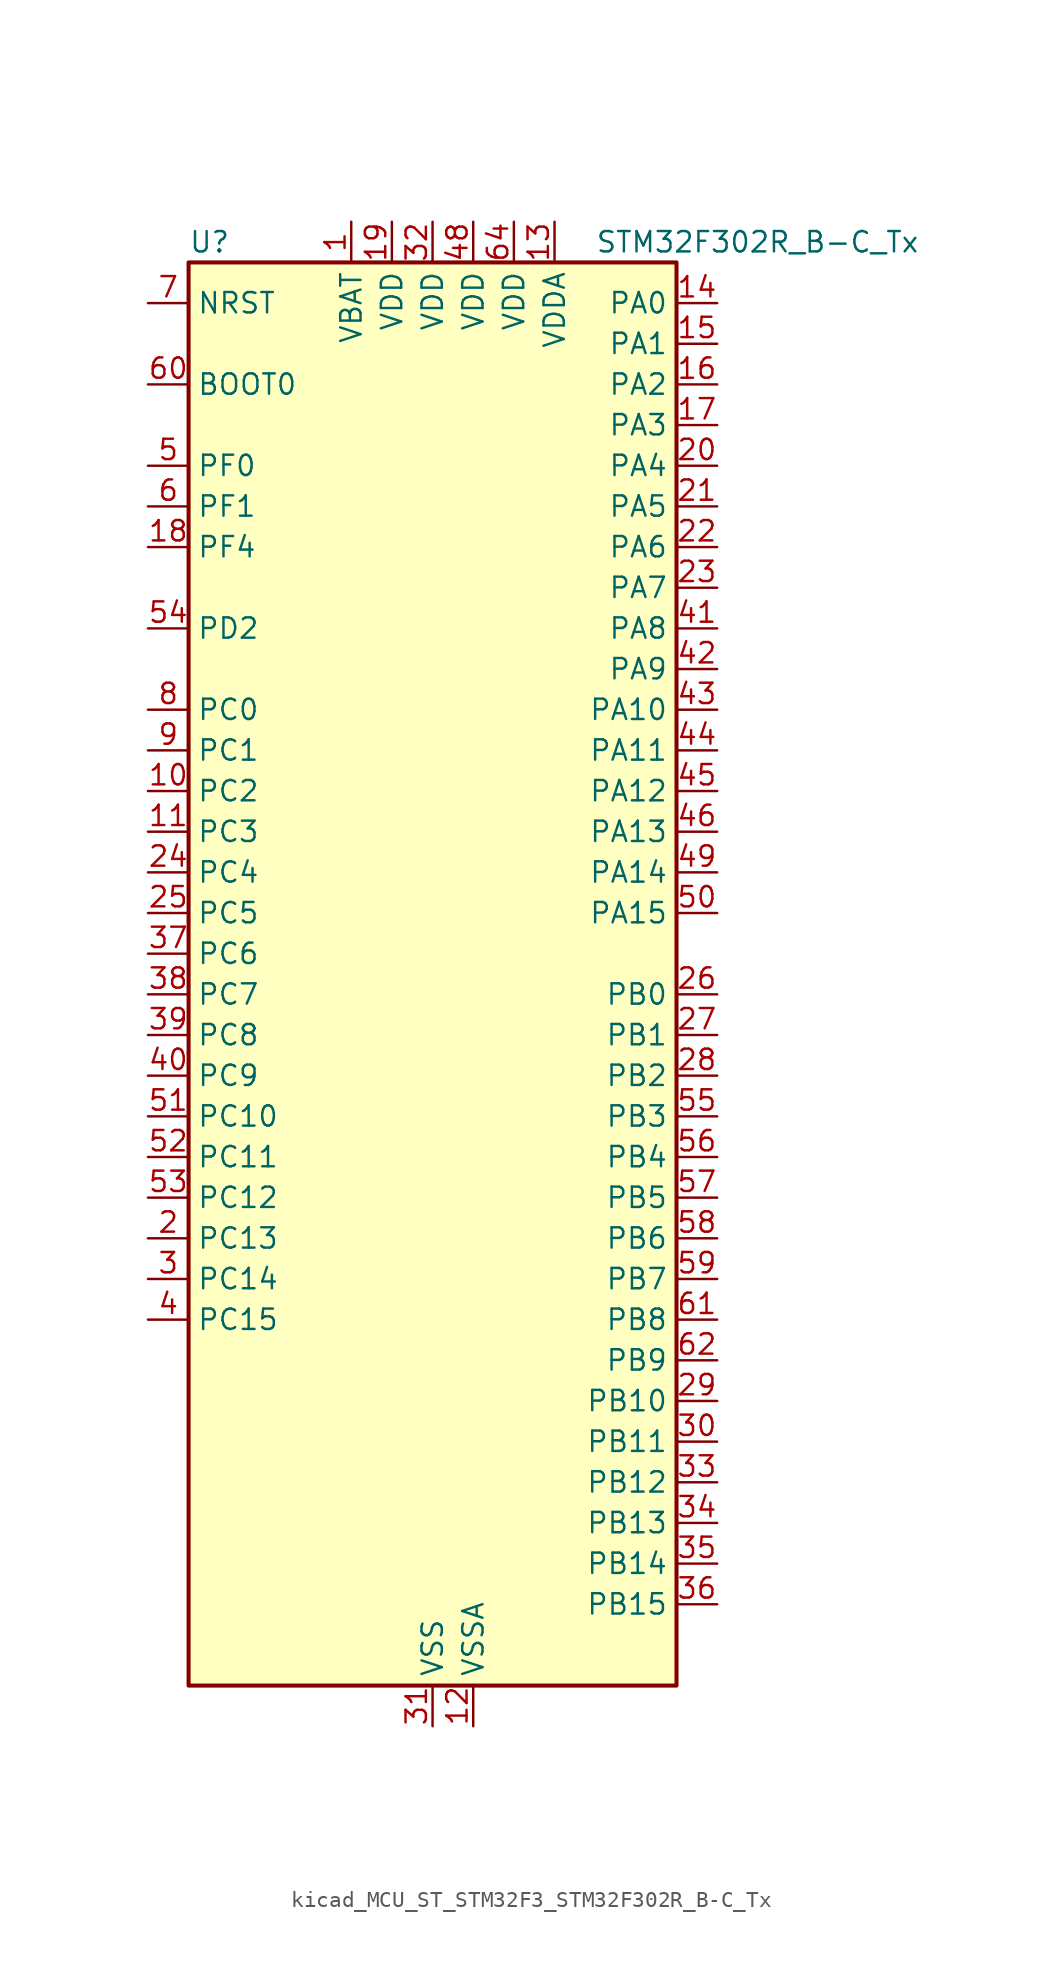
<source format=kicad_sym>
(kicad_symbol_lib
  (version 20220914)
  (generator kicad_symbol_editor)
  (symbol "kicad_MCU_ST_STM32F3_STM32F302R_B-C_Tx"
    (property "Reference" "U"
      (at -15.24 46.99 0)
      (effects (font (size 1.27 1.27)) (justify left)))
    (property "Value" "STM32F302R_B-C_Tx"
      (at 10.16 46.99 0)
      (effects (font (size 1.27 1.27)) (justify left)))
    (property "ki_locked" ""
      (at 0 0 0)
      (effects (font (size 1.27 1.27))))
    (symbol "kicad_MCU_ST_STM32F3_STM32F302R_B-C_Tx_0_1"
      (rectangle (start -15.24 -43.18) (end 15.24 45.72) (stroke (width 0.254) (type default)) (fill (type background))))
    (symbol "kicad_MCU_ST_STM32F3_STM32F302R_B-C_Tx_1_1"
      (pin power_in line (at -5.08 48.26 270) (length 2.54) (name "VBAT" (effects (font (size 1.27 1.27)))) (number "1" (effects (font (size 1.27 1.27)))))
      (pin bidirectional line (at -17.78 12.7 0) (length 2.54) (name "PC2" (effects (font (size 1.27 1.27)))) (number "10" (effects (font (size 1.27 1.27)))) (alternate "ADC1_IN8" bidirectional line) (alternate "ADC2_IN8" bidirectional line))
      (pin bidirectional line (at -17.78 10.16 0) (length 2.54) (name "PC3" (effects (font (size 1.27 1.27)))) (number "11" (effects (font (size 1.27 1.27)))) (alternate "ADC1_IN9" bidirectional line) (alternate "ADC2_IN9" bidirectional line) (alternate "TIM1_BKIN2" bidirectional line))
      (pin power_in line (at 2.54 -45.72 90) (length 2.54) (name "VSSA" (effects (font (size 1.27 1.27)))) (number "12" (effects (font (size 1.27 1.27)))))
      (pin power_in line (at 7.62 48.26 270) (length 2.54) (name "VDDA" (effects (font (size 1.27 1.27)))) (number "13" (effects (font (size 1.27 1.27)))))
      (pin bidirectional line (at 17.78 43.18 180) (length 2.54) (name "PA0" (effects (font (size 1.27 1.27)))) (number "14" (effects (font (size 1.27 1.27)))) (alternate "ADC1_IN1" bidirectional line) (alternate "COMP1_INM" bidirectional line) (alternate "COMP1_OUT" bidirectional line) (alternate "RTC_TAMP2" bidirectional line) (alternate "SYS_WKUP1" bidirectional line) (alternate "TIM2_CH1" bidirectional line) (alternate "TIM2_ETR" bidirectional line) (alternate "TSC_G1_IO1" bidirectional line) (alternate "USART2_CTS" bidirectional line))
      (pin bidirectional line (at 17.78 40.64 180) (length 2.54) (name "PA1" (effects (font (size 1.27 1.27)))) (number "15" (effects (font (size 1.27 1.27)))) (alternate "ADC1_IN2" bidirectional line) (alternate "COMP1_INP" bidirectional line) (alternate "OPAMP1_VINP" bidirectional line) (alternate "OPAMP1_VINP_SEC" bidirectional line) (alternate "RTC_REFIN" bidirectional line) (alternate "TIM15_CH1N" bidirectional line) (alternate "TIM2_CH2" bidirectional line) (alternate "TSC_G1_IO2" bidirectional line) (alternate "USART2_DE" bidirectional line) (alternate "USART2_RTS" bidirectional line))
      (pin bidirectional line (at 17.78 38.1 180) (length 2.54) (name "PA2" (effects (font (size 1.27 1.27)))) (number "16" (effects (font (size 1.27 1.27)))) (alternate "ADC1_IN3" bidirectional line) (alternate "COMP2_INM" bidirectional line) (alternate "COMP2_OUT" bidirectional line) (alternate "OPAMP1_VOUT" bidirectional line) (alternate "TIM15_CH1" bidirectional line) (alternate "TIM2_CH3" bidirectional line) (alternate "TSC_G1_IO3" bidirectional line) (alternate "USART2_TX" bidirectional line))
      (pin bidirectional line (at 17.78 35.56 180) (length 2.54) (name "PA3" (effects (font (size 1.27 1.27)))) (number "17" (effects (font (size 1.27 1.27)))) (alternate "ADC1_IN4" bidirectional line) (alternate "COMP2_INP" bidirectional line) (alternate "OPAMP1_VINM" bidirectional line) (alternate "OPAMP1_VINM_SEC" bidirectional line) (alternate "OPAMP1_VINP" bidirectional line) (alternate "OPAMP1_VINP_SEC" bidirectional line) (alternate "TIM15_CH2" bidirectional line) (alternate "TIM2_CH4" bidirectional line) (alternate "TSC_G1_IO4" bidirectional line) (alternate "USART2_RX" bidirectional line))
      (pin bidirectional line (at -17.78 27.94 0) (length 2.54) (name "PF4" (effects (font (size 1.27 1.27)))) (number "18" (effects (font (size 1.27 1.27)))) (alternate "ADC1_IN5" bidirectional line) (alternate "COMP1_OUT" bidirectional line))
      (pin power_in line (at -2.54 48.26 270) (length 2.54) (name "VDD" (effects (font (size 1.27 1.27)))) (number "19" (effects (font (size 1.27 1.27)))))
      (pin bidirectional line (at -17.78 -15.24 0) (length 2.54) (name "PC13" (effects (font (size 1.27 1.27)))) (number "2" (effects (font (size 1.27 1.27)))) (alternate "RTC_OUT_ALARM" bidirectional line) (alternate "RTC_OUT_CALIB" bidirectional line) (alternate "RTC_TAMP1" bidirectional line) (alternate "RTC_TS" bidirectional line) (alternate "SYS_WKUP2" bidirectional line) (alternate "TIM1_CH1N" bidirectional line))
      (pin bidirectional line (at 17.78 33.02 180) (length 2.54) (name "PA4" (effects (font (size 1.27 1.27)))) (number "20" (effects (font (size 1.27 1.27)))) (alternate "ADC2_IN1" bidirectional line) (alternate "COMP1_INM" bidirectional line) (alternate "COMP2_INM" bidirectional line) (alternate "COMP4_INM" bidirectional line) (alternate "COMP6_INM" bidirectional line) (alternate "DAC_OUT1" bidirectional line) (alternate "I2S3_WS" bidirectional line) (alternate "SPI1_NSS" bidirectional line) (alternate "SPI3_NSS" bidirectional line) (alternate "TIM3_CH2" bidirectional line) (alternate "TSC_G2_IO1" bidirectional line) (alternate "USART2_CK" bidirectional line))
      (pin bidirectional line (at 17.78 30.48 180) (length 2.54) (name "PA5" (effects (font (size 1.27 1.27)))) (number "21" (effects (font (size 1.27 1.27)))) (alternate "ADC2_IN2" bidirectional line) (alternate "COMP1_INM" bidirectional line) (alternate "COMP2_INM" bidirectional line) (alternate "COMP4_INM" bidirectional line) (alternate "COMP6_INM" bidirectional line) (alternate "OPAMP1_VINP" bidirectional line) (alternate "OPAMP1_VINP_SEC" bidirectional line) (alternate "OPAMP2_VINM" bidirectional line) (alternate "OPAMP2_VINM_SEC" bidirectional line) (alternate "SPI1_SCK" bidirectional line) (alternate "TIM2_CH1" bidirectional line) (alternate "TIM2_ETR" bidirectional line) (alternate "TSC_G2_IO2" bidirectional line))
      (pin bidirectional line (at 17.78 27.94 180) (length 2.54) (name "PA6" (effects (font (size 1.27 1.27)))) (number "22" (effects (font (size 1.27 1.27)))) (alternate "ADC2_IN3" bidirectional line) (alternate "COMP1_OUT" bidirectional line) (alternate "OPAMP2_VOUT" bidirectional line) (alternate "SPI1_MISO" bidirectional line) (alternate "TIM16_CH1" bidirectional line) (alternate "TIM1_BKIN" bidirectional line) (alternate "TIM3_CH1" bidirectional line) (alternate "TSC_G2_IO3" bidirectional line))
      (pin bidirectional line (at 17.78 25.4 180) (length 2.54) (name "PA7" (effects (font (size 1.27 1.27)))) (number "23" (effects (font (size 1.27 1.27)))) (alternate "ADC2_IN4" bidirectional line) (alternate "COMP2_INP" bidirectional line) (alternate "COMP2_OUT" bidirectional line) (alternate "OPAMP1_VINP" bidirectional line) (alternate "OPAMP1_VINP_SEC" bidirectional line) (alternate "OPAMP2_VINP" bidirectional line) (alternate "OPAMP2_VINP_SEC" bidirectional line) (alternate "SPI1_MOSI" bidirectional line) (alternate "TIM17_CH1" bidirectional line) (alternate "TIM1_CH1N" bidirectional line) (alternate "TIM3_CH2" bidirectional line) (alternate "TSC_G2_IO4" bidirectional line))
      (pin bidirectional line (at -17.78 7.62 0) (length 2.54) (name "PC4" (effects (font (size 1.27 1.27)))) (number "24" (effects (font (size 1.27 1.27)))) (alternate "ADC2_IN5" bidirectional line) (alternate "USART1_TX" bidirectional line))
      (pin bidirectional line (at -17.78 5.08 0) (length 2.54) (name "PC5" (effects (font (size 1.27 1.27)))) (number "25" (effects (font (size 1.27 1.27)))) (alternate "ADC2_IN11" bidirectional line) (alternate "OPAMP1_VINM" bidirectional line) (alternate "OPAMP1_VINM_SEC" bidirectional line) (alternate "OPAMP2_VINM" bidirectional line) (alternate "OPAMP2_VINM_SEC" bidirectional line) (alternate "TSC_G3_IO1" bidirectional line) (alternate "USART1_RX" bidirectional line))
      (pin bidirectional line (at 17.78 0 180) (length 2.54) (name "PB0" (effects (font (size 1.27 1.27)))) (number "26" (effects (font (size 1.27 1.27)))) (alternate "COMP4_INP" bidirectional line) (alternate "OPAMP2_VINP" bidirectional line) (alternate "OPAMP2_VINP_SEC" bidirectional line) (alternate "TIM1_CH2N" bidirectional line) (alternate "TIM3_CH3" bidirectional line) (alternate "TSC_G3_IO2" bidirectional line))
      (pin bidirectional line (at 17.78 -2.54 180) (length 2.54) (name "PB1" (effects (font (size 1.27 1.27)))) (number "27" (effects (font (size 1.27 1.27)))) (alternate "COMP4_OUT" bidirectional line) (alternate "TIM1_CH3N" bidirectional line) (alternate "TIM3_CH4" bidirectional line) (alternate "TSC_G3_IO3" bidirectional line))
      (pin bidirectional line (at 17.78 -5.08 180) (length 2.54) (name "PB2" (effects (font (size 1.27 1.27)))) (number "28" (effects (font (size 1.27 1.27)))) (alternate "ADC2_IN12" bidirectional line) (alternate "COMP4_INM" bidirectional line) (alternate "TSC_G3_IO4" bidirectional line))
      (pin bidirectional line (at 17.78 -25.4 180) (length 2.54) (name "PB10" (effects (font (size 1.27 1.27)))) (number "29" (effects (font (size 1.27 1.27)))) (alternate "TIM2_CH3" bidirectional line) (alternate "TSC_SYNC" bidirectional line) (alternate "USART3_TX" bidirectional line))
      (pin bidirectional line (at -17.78 -17.78 0) (length 2.54) (name "PC14" (effects (font (size 1.27 1.27)))) (number "3" (effects (font (size 1.27 1.27)))) (alternate "RCC_OSC32_IN" bidirectional line))
      (pin bidirectional line (at 17.78 -27.94 180) (length 2.54) (name "PB11" (effects (font (size 1.27 1.27)))) (number "30" (effects (font (size 1.27 1.27)))) (alternate "ADC1_EXTI11" bidirectional line) (alternate "ADC2_EXTI11" bidirectional line) (alternate "COMP6_INP" bidirectional line) (alternate "TIM2_CH4" bidirectional line) (alternate "TSC_G6_IO1" bidirectional line) (alternate "USART3_RX" bidirectional line))
      (pin power_in line (at 0 -45.72 90) (length 2.54) (name "VSS" (effects (font (size 1.27 1.27)))) (number "31" (effects (font (size 1.27 1.27)))))
      (pin power_in line (at 0 48.26 270) (length 2.54) (name "VDD" (effects (font (size 1.27 1.27)))) (number "32" (effects (font (size 1.27 1.27)))))
      (pin bidirectional line (at 17.78 -30.48 180) (length 2.54) (name "PB12" (effects (font (size 1.27 1.27)))) (number "33" (effects (font (size 1.27 1.27)))) (alternate "I2C2_SMBA" bidirectional line) (alternate "I2S2_WS" bidirectional line) (alternate "SPI2_NSS" bidirectional line) (alternate "TIM1_BKIN" bidirectional line) (alternate "TSC_G6_IO2" bidirectional line) (alternate "USART3_CK" bidirectional line))
      (pin bidirectional line (at 17.78 -33.02 180) (length 2.54) (name "PB13" (effects (font (size 1.27 1.27)))) (number "34" (effects (font (size 1.27 1.27)))) (alternate "I2S2_CK" bidirectional line) (alternate "SPI2_SCK" bidirectional line) (alternate "TIM1_CH1N" bidirectional line) (alternate "TSC_G6_IO3" bidirectional line) (alternate "USART3_CTS" bidirectional line))
      (pin bidirectional line (at 17.78 -35.56 180) (length 2.54) (name "PB14" (effects (font (size 1.27 1.27)))) (number "35" (effects (font (size 1.27 1.27)))) (alternate "I2S2_ext_SD" bidirectional line) (alternate "OPAMP2_VINP" bidirectional line) (alternate "OPAMP2_VINP_SEC" bidirectional line) (alternate "SPI2_MISO" bidirectional line) (alternate "TIM15_CH1" bidirectional line) (alternate "TIM1_CH2N" bidirectional line) (alternate "TSC_G6_IO4" bidirectional line) (alternate "USART3_DE" bidirectional line) (alternate "USART3_RTS" bidirectional line))
      (pin bidirectional line (at 17.78 -38.1 180) (length 2.54) (name "PB15" (effects (font (size 1.27 1.27)))) (number "36" (effects (font (size 1.27 1.27)))) (alternate "ADC1_EXTI15" bidirectional line) (alternate "ADC2_EXTI15" bidirectional line) (alternate "COMP6_INM" bidirectional line) (alternate "I2S2_SD" bidirectional line) (alternate "RTC_REFIN" bidirectional line) (alternate "SPI2_MOSI" bidirectional line) (alternate "TIM15_CH1N" bidirectional line) (alternate "TIM15_CH2" bidirectional line) (alternate "TIM1_CH3N" bidirectional line))
      (pin bidirectional line (at -17.78 2.54 0) (length 2.54) (name "PC6" (effects (font (size 1.27 1.27)))) (number "37" (effects (font (size 1.27 1.27)))) (alternate "COMP6_OUT" bidirectional line) (alternate "I2S2_MCK" bidirectional line) (alternate "TIM3_CH1" bidirectional line))
      (pin bidirectional line (at -17.78 0 0) (length 2.54) (name "PC7" (effects (font (size 1.27 1.27)))) (number "38" (effects (font (size 1.27 1.27)))) (alternate "I2S3_MCK" bidirectional line) (alternate "TIM3_CH2" bidirectional line))
      (pin bidirectional line (at -17.78 -2.54 0) (length 2.54) (name "PC8" (effects (font (size 1.27 1.27)))) (number "39" (effects (font (size 1.27 1.27)))) (alternate "TIM3_CH3" bidirectional line))
      (pin bidirectional line (at -17.78 -20.32 0) (length 2.54) (name "PC15" (effects (font (size 1.27 1.27)))) (number "4" (effects (font (size 1.27 1.27)))) (alternate "ADC1_EXTI15" bidirectional line) (alternate "ADC2_EXTI15" bidirectional line) (alternate "RCC_OSC32_OUT" bidirectional line))
      (pin bidirectional line (at -17.78 -5.08 0) (length 2.54) (name "PC9" (effects (font (size 1.27 1.27)))) (number "40" (effects (font (size 1.27 1.27)))) (alternate "DAC_EXTI9" bidirectional line) (alternate "I2S_CKIN" bidirectional line) (alternate "TIM3_CH4" bidirectional line))
      (pin bidirectional line (at 17.78 22.86 180) (length 2.54) (name "PA8" (effects (font (size 1.27 1.27)))) (number "41" (effects (font (size 1.27 1.27)))) (alternate "I2C2_SMBA" bidirectional line) (alternate "I2S2_MCK" bidirectional line) (alternate "RCC_MCO" bidirectional line) (alternate "TIM1_CH1" bidirectional line) (alternate "TIM4_ETR" bidirectional line) (alternate "USART1_CK" bidirectional line))
      (pin bidirectional line (at 17.78 20.32 180) (length 2.54) (name "PA9" (effects (font (size 1.27 1.27)))) (number "42" (effects (font (size 1.27 1.27)))) (alternate "DAC_EXTI9" bidirectional line) (alternate "I2C2_SCL" bidirectional line) (alternate "I2S3_MCK" bidirectional line) (alternate "TIM15_BKIN" bidirectional line) (alternate "TIM1_CH2" bidirectional line) (alternate "TIM2_CH3" bidirectional line) (alternate "TSC_G4_IO1" bidirectional line) (alternate "USART1_TX" bidirectional line))
      (pin bidirectional line (at 17.78 17.78 180) (length 2.54) (name "PA10" (effects (font (size 1.27 1.27)))) (number "43" (effects (font (size 1.27 1.27)))) (alternate "COMP6_OUT" bidirectional line) (alternate "I2C2_SDA" bidirectional line) (alternate "TIM17_BKIN" bidirectional line) (alternate "TIM1_CH3" bidirectional line) (alternate "TIM2_CH4" bidirectional line) (alternate "TSC_G4_IO2" bidirectional line) (alternate "USART1_RX" bidirectional line))
      (pin bidirectional line (at 17.78 15.24 180) (length 2.54) (name "PA11" (effects (font (size 1.27 1.27)))) (number "44" (effects (font (size 1.27 1.27)))) (alternate "ADC1_EXTI11" bidirectional line) (alternate "ADC2_EXTI11" bidirectional line) (alternate "CAN_RX" bidirectional line) (alternate "COMP1_OUT" bidirectional line) (alternate "TIM1_BKIN2" bidirectional line) (alternate "TIM1_CH1N" bidirectional line) (alternate "TIM1_CH4" bidirectional line) (alternate "TIM4_CH1" bidirectional line) (alternate "USART1_CTS" bidirectional line) (alternate "USB_DM" bidirectional line))
      (pin bidirectional line (at 17.78 12.7 180) (length 2.54) (name "PA12" (effects (font (size 1.27 1.27)))) (number "45" (effects (font (size 1.27 1.27)))) (alternate "CAN_TX" bidirectional line) (alternate "COMP2_OUT" bidirectional line) (alternate "TIM16_CH1" bidirectional line) (alternate "TIM1_CH2N" bidirectional line) (alternate "TIM1_ETR" bidirectional line) (alternate "TIM4_CH2" bidirectional line) (alternate "USART1_DE" bidirectional line) (alternate "USART1_RTS" bidirectional line) (alternate "USB_DP" bidirectional line))
      (pin bidirectional line (at 17.78 10.16 180) (length 2.54) (name "PA13" (effects (font (size 1.27 1.27)))) (number "46" (effects (font (size 1.27 1.27)))) (alternate "IR_OUT" bidirectional line) (alternate "SYS_JTMS-SWDIO" bidirectional line) (alternate "TIM16_CH1N" bidirectional line) (alternate "TIM4_CH3" bidirectional line) (alternate "TSC_G4_IO3" bidirectional line) (alternate "USART3_CTS" bidirectional line))
      (pin passive line (at 0 -45.72 90) (length 2.54) hide (name "VSS" (effects (font (size 1.27 1.27)))) (number "47" (effects (font (size 1.27 1.27)))))
      (pin power_in line (at 2.54 48.26 270) (length 2.54) (name "VDD" (effects (font (size 1.27 1.27)))) (number "48" (effects (font (size 1.27 1.27)))))
      (pin bidirectional line (at 17.78 7.62 180) (length 2.54) (name "PA14" (effects (font (size 1.27 1.27)))) (number "49" (effects (font (size 1.27 1.27)))) (alternate "I2C1_SDA" bidirectional line) (alternate "SYS_JTCK-SWCLK" bidirectional line) (alternate "TIM1_BKIN" bidirectional line) (alternate "TSC_G4_IO4" bidirectional line) (alternate "USART2_TX" bidirectional line))
      (pin bidirectional line (at -17.78 33.02 0) (length 2.54) (name "PF0" (effects (font (size 1.27 1.27)))) (number "5" (effects (font (size 1.27 1.27)))) (alternate "I2C2_SDA" bidirectional line) (alternate "RCC_OSC_IN" bidirectional line) (alternate "TIM1_CH3N" bidirectional line))
      (pin bidirectional line (at 17.78 5.08 180) (length 2.54) (name "PA15" (effects (font (size 1.27 1.27)))) (number "50" (effects (font (size 1.27 1.27)))) (alternate "ADC1_EXTI15" bidirectional line) (alternate "ADC2_EXTI15" bidirectional line) (alternate "I2C1_SCL" bidirectional line) (alternate "I2S3_WS" bidirectional line) (alternate "SPI1_NSS" bidirectional line) (alternate "SPI3_NSS" bidirectional line) (alternate "SYS_JTDI" bidirectional line) (alternate "TIM1_BKIN" bidirectional line) (alternate "TIM2_CH1" bidirectional line) (alternate "TIM2_ETR" bidirectional line) (alternate "USART2_RX" bidirectional line))
      (pin bidirectional line (at -17.78 -7.62 0) (length 2.54) (name "PC10" (effects (font (size 1.27 1.27)))) (number "51" (effects (font (size 1.27 1.27)))) (alternate "I2S3_CK" bidirectional line) (alternate "SPI3_SCK" bidirectional line) (alternate "UART4_TX" bidirectional line) (alternate "USART3_TX" bidirectional line))
      (pin bidirectional line (at -17.78 -10.16 0) (length 2.54) (name "PC11" (effects (font (size 1.27 1.27)))) (number "52" (effects (font (size 1.27 1.27)))) (alternate "ADC1_EXTI11" bidirectional line) (alternate "ADC2_EXTI11" bidirectional line) (alternate "I2S3_ext_SD" bidirectional line) (alternate "SPI3_MISO" bidirectional line) (alternate "UART4_RX" bidirectional line) (alternate "USART3_RX" bidirectional line))
      (pin bidirectional line (at -17.78 -12.7 0) (length 2.54) (name "PC12" (effects (font (size 1.27 1.27)))) (number "53" (effects (font (size 1.27 1.27)))) (alternate "I2S3_SD" bidirectional line) (alternate "SPI3_MOSI" bidirectional line) (alternate "UART5_TX" bidirectional line) (alternate "USART3_CK" bidirectional line))
      (pin bidirectional line (at -17.78 22.86 0) (length 2.54) (name "PD2" (effects (font (size 1.27 1.27)))) (number "54" (effects (font (size 1.27 1.27)))) (alternate "TIM3_ETR" bidirectional line) (alternate "UART5_RX" bidirectional line))
      (pin bidirectional line (at 17.78 -7.62 180) (length 2.54) (name "PB3" (effects (font (size 1.27 1.27)))) (number "55" (effects (font (size 1.27 1.27)))) (alternate "I2S3_CK" bidirectional line) (alternate "SPI1_SCK" bidirectional line) (alternate "SPI3_SCK" bidirectional line) (alternate "SYS_JTDO-TRACESWO" bidirectional line) (alternate "TIM2_CH2" bidirectional line) (alternate "TIM3_ETR" bidirectional line) (alternate "TIM4_ETR" bidirectional line) (alternate "TSC_G5_IO1" bidirectional line) (alternate "USART2_TX" bidirectional line))
      (pin bidirectional line (at 17.78 -10.16 180) (length 2.54) (name "PB4" (effects (font (size 1.27 1.27)))) (number "56" (effects (font (size 1.27 1.27)))) (alternate "I2S3_ext_SD" bidirectional line) (alternate "SPI1_MISO" bidirectional line) (alternate "SPI3_MISO" bidirectional line) (alternate "SYS_NJTRST" bidirectional line) (alternate "TIM16_CH1" bidirectional line) (alternate "TIM17_BKIN" bidirectional line) (alternate "TIM3_CH1" bidirectional line) (alternate "TSC_G5_IO2" bidirectional line) (alternate "USART2_RX" bidirectional line))
      (pin bidirectional line (at 17.78 -12.7 180) (length 2.54) (name "PB5" (effects (font (size 1.27 1.27)))) (number "57" (effects (font (size 1.27 1.27)))) (alternate "I2C1_SMBA" bidirectional line) (alternate "I2S3_SD" bidirectional line) (alternate "SPI1_MOSI" bidirectional line) (alternate "SPI3_MOSI" bidirectional line) (alternate "TIM16_BKIN" bidirectional line) (alternate "TIM17_CH1" bidirectional line) (alternate "TIM3_CH2" bidirectional line) (alternate "USART2_CK" bidirectional line))
      (pin bidirectional line (at 17.78 -15.24 180) (length 2.54) (name "PB6" (effects (font (size 1.27 1.27)))) (number "58" (effects (font (size 1.27 1.27)))) (alternate "I2C1_SCL" bidirectional line) (alternate "TIM16_CH1N" bidirectional line) (alternate "TIM4_CH1" bidirectional line) (alternate "TSC_G5_IO3" bidirectional line) (alternate "USART1_TX" bidirectional line))
      (pin bidirectional line (at 17.78 -17.78 180) (length 2.54) (name "PB7" (effects (font (size 1.27 1.27)))) (number "59" (effects (font (size 1.27 1.27)))) (alternate "I2C1_SDA" bidirectional line) (alternate "TIM17_CH1N" bidirectional line) (alternate "TIM3_CH4" bidirectional line) (alternate "TIM4_CH2" bidirectional line) (alternate "TSC_G5_IO4" bidirectional line) (alternate "USART1_RX" bidirectional line))
      (pin bidirectional line (at -17.78 30.48 0) (length 2.54) (name "PF1" (effects (font (size 1.27 1.27)))) (number "6" (effects (font (size 1.27 1.27)))) (alternate "I2C2_SCL" bidirectional line) (alternate "RCC_OSC_OUT" bidirectional line))
      (pin input line (at -17.78 38.1 0) (length 2.54) (name "BOOT0" (effects (font (size 1.27 1.27)))) (number "60" (effects (font (size 1.27 1.27)))))
      (pin bidirectional line (at 17.78 -20.32 180) (length 2.54) (name "PB8" (effects (font (size 1.27 1.27)))) (number "61" (effects (font (size 1.27 1.27)))) (alternate "CAN_RX" bidirectional line) (alternate "COMP1_OUT" bidirectional line) (alternate "I2C1_SCL" bidirectional line) (alternate "TIM16_CH1" bidirectional line) (alternate "TIM1_BKIN" bidirectional line) (alternate "TIM4_CH3" bidirectional line) (alternate "TSC_SYNC" bidirectional line))
      (pin bidirectional line (at 17.78 -22.86 180) (length 2.54) (name "PB9" (effects (font (size 1.27 1.27)))) (number "62" (effects (font (size 1.27 1.27)))) (alternate "CAN_TX" bidirectional line) (alternate "COMP2_OUT" bidirectional line) (alternate "DAC_EXTI9" bidirectional line) (alternate "I2C1_SDA" bidirectional line) (alternate "IR_OUT" bidirectional line) (alternate "TIM17_CH1" bidirectional line) (alternate "TIM4_CH4" bidirectional line))
      (pin passive line (at 0 -45.72 90) (length 2.54) hide (name "VSS" (effects (font (size 1.27 1.27)))) (number "63" (effects (font (size 1.27 1.27)))))
      (pin power_in line (at 5.08 48.26 270) (length 2.54) (name "VDD" (effects (font (size 1.27 1.27)))) (number "64" (effects (font (size 1.27 1.27)))))
      (pin input line (at -17.78 43.18 0) (length 2.54) (name "NRST" (effects (font (size 1.27 1.27)))) (number "7" (effects (font (size 1.27 1.27)))))
      (pin bidirectional line (at -17.78 17.78 0) (length 2.54) (name "PC0" (effects (font (size 1.27 1.27)))) (number "8" (effects (font (size 1.27 1.27)))) (alternate "ADC1_IN6" bidirectional line) (alternate "ADC2_IN6" bidirectional line))
      (pin bidirectional line (at -17.78 15.24 0) (length 2.54) (name "PC1" (effects (font (size 1.27 1.27)))) (number "9" (effects (font (size 1.27 1.27)))) (alternate "ADC1_IN7" bidirectional line) (alternate "ADC2_IN7" bidirectional line)))))
</source>
